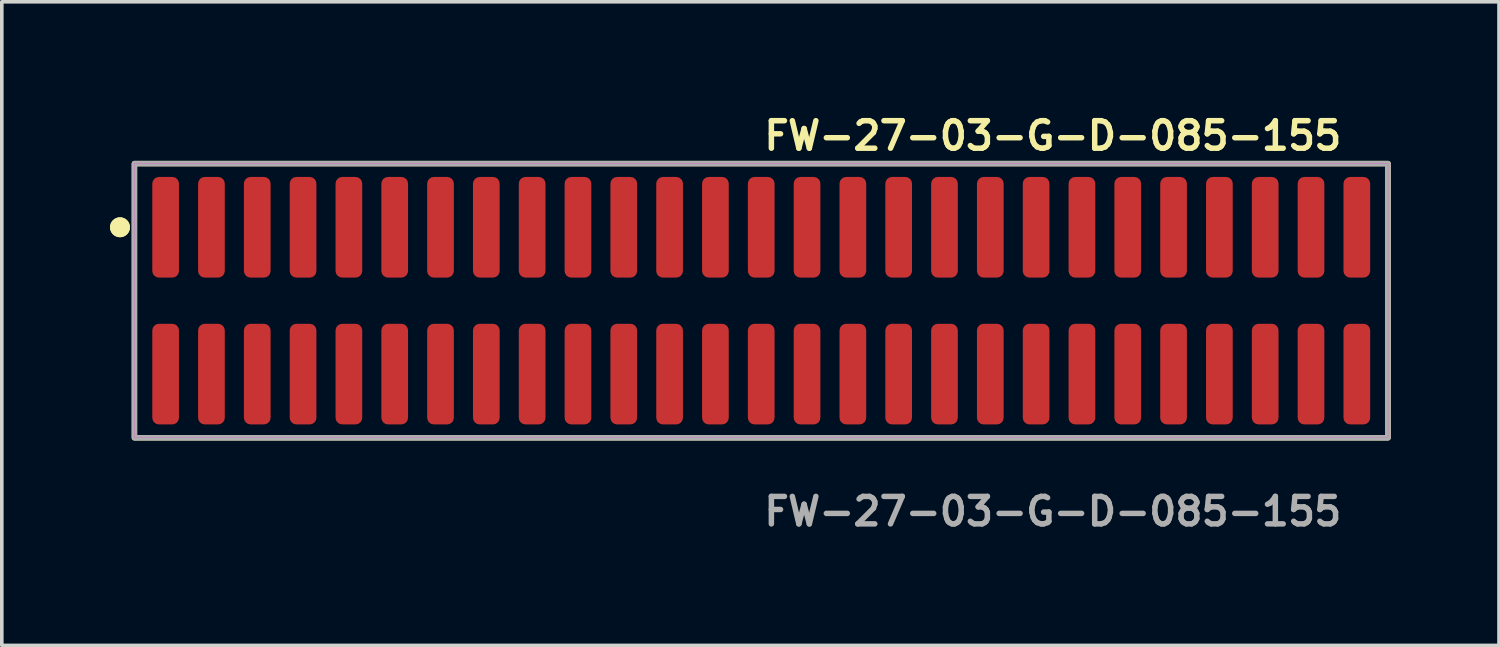
<source format=kicad_pcb>
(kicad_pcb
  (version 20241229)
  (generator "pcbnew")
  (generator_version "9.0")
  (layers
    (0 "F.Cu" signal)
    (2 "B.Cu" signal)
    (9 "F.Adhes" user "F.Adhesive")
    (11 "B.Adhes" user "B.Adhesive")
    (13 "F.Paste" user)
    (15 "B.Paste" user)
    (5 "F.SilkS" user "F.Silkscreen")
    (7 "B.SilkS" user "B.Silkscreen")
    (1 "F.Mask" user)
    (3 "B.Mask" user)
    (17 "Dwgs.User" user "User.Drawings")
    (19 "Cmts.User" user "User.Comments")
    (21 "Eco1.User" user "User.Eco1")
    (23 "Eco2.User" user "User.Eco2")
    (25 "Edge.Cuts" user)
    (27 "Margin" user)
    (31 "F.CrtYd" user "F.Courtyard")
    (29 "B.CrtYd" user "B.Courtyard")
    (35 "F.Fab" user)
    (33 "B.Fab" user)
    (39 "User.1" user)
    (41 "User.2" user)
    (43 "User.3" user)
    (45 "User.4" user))
  (footprint "FW-27-03-G-D-085-155"
    (layer "F.Cu")
    (at 18.051 5.285)
    (property "Reference" "FW-27-03-G-D-085-155" (at 0 -4.572 0) (unlocked yes) (layer "F.SilkS") (effects (font (size 0.762 0.762) (thickness 0.152)) (justify left)))
    (fp_rect (start -17.375 3.8) (end 17.375 -3.8) (stroke (width 0.152) (type solid)) (fill no) (layer "F.SilkS"))
    (fp_circle (center -17.775 -2.035) (end -17.975 -2.035) (stroke (width 0.152) (type solid)) (fill yes) (layer "F.SilkS"))
    (fp_circle (center -17.775 -2.035) (end -17.975 -2.035) (stroke (width 0.152) (type solid)) (fill yes) (layer "F.SilkS"))
    (fp_rect (start -17.375 3.8) (end 17.375 -3.8) (stroke (width 0.006) (type solid)) (fill no) (layer "F.CrtYd"))
    (fp_rect (start -17.375 3.8) (end 17.375 -3.8) (stroke (width 0.152) (type solid)) (fill no) (layer "F.Fab"))
    (fp_text user "${REFERENCE}" (at 0 5.842 0) (unlocked yes) (layer "F.Fab") (effects (font (size 0.762 0.762) (thickness 0.152)) (justify left)))
    (pad "1" smd roundrect (at -16.51 -2.035) (size 0.74 2.79) (layers "F.Cu" "F.Paste") (roundrect_rratio 0.25))
    (pad "2" smd roundrect (at -16.51 2.035) (size 0.74 2.79) (layers "F.Cu" "F.Paste") (roundrect_rratio 0.25))
    (pad "3" smd roundrect (at -15.24 -2.035) (size 0.74 2.79) (layers "F.Cu" "F.Paste") (roundrect_rratio 0.25))
    (pad "4" smd roundrect (at -15.24 2.035) (size 0.74 2.79) (layers "F.Cu" "F.Paste") (roundrect_rratio 0.25))
    (pad "5" smd roundrect (at -13.97 -2.035) (size 0.74 2.79) (layers "F.Cu" "F.Paste") (roundrect_rratio 0.25))
    (pad "6" smd roundrect (at -13.97 2.035) (size 0.74 2.79) (layers "F.Cu" "F.Paste") (roundrect_rratio 0.25))
    (pad "7" smd roundrect (at -12.7 -2.035) (size 0.74 2.79) (layers "F.Cu" "F.Paste") (roundrect_rratio 0.25))
    (pad "8" smd roundrect (at -12.7 2.035) (size 0.74 2.79) (layers "F.Cu" "F.Paste") (roundrect_rratio 0.25))
    (pad "9" smd roundrect (at -11.43 -2.035) (size 0.74 2.79) (layers "F.Cu" "F.Paste") (roundrect_rratio 0.25))
    (pad "10" smd roundrect (at -11.43 2.035) (size 0.74 2.79) (layers "F.Cu" "F.Paste") (roundrect_rratio 0.25))
    (pad "11" smd roundrect (at -10.16 -2.035) (size 0.74 2.79) (layers "F.Cu" "F.Paste") (roundrect_rratio 0.25))
    (pad "12" smd roundrect (at -10.16 2.035) (size 0.74 2.79) (layers "F.Cu" "F.Paste") (roundrect_rratio 0.25))
    (pad "13" smd roundrect (at -8.89 -2.035) (size 0.74 2.79) (layers "F.Cu" "F.Paste") (roundrect_rratio 0.25))
    (pad "14" smd roundrect (at -8.89 2.035) (size 0.74 2.79) (layers "F.Cu" "F.Paste") (roundrect_rratio 0.25))
    (pad "15" smd roundrect (at -7.62 -2.035) (size 0.74 2.79) (layers "F.Cu" "F.Paste") (roundrect_rratio 0.25))
    (pad "16" smd roundrect (at -7.62 2.035) (size 0.74 2.79) (layers "F.Cu" "F.Paste") (roundrect_rratio 0.25))
    (pad "17" smd roundrect (at -6.35 -2.035) (size 0.74 2.79) (layers "F.Cu" "F.Paste") (roundrect_rratio 0.25))
    (pad "18" smd roundrect (at -6.35 2.035) (size 0.74 2.79) (layers "F.Cu" "F.Paste") (roundrect_rratio 0.25))
    (pad "19" smd roundrect (at -5.08 -2.035) (size 0.74 2.79) (layers "F.Cu" "F.Paste") (roundrect_rratio 0.25))
    (pad "20" smd roundrect (at -5.08 2.035) (size 0.74 2.79) (layers "F.Cu" "F.Paste") (roundrect_rratio 0.25))
    (pad "21" smd roundrect (at -3.81 -2.035) (size 0.74 2.79) (layers "F.Cu" "F.Paste") (roundrect_rratio 0.25))
    (pad "22" smd roundrect (at -3.81 2.035) (size 0.74 2.79) (layers "F.Cu" "F.Paste") (roundrect_rratio 0.25))
    (pad "23" smd roundrect (at -2.54 -2.035) (size 0.74 2.79) (layers "F.Cu" "F.Paste") (roundrect_rratio 0.25))
    (pad "24" smd roundrect (at -2.54 2.035) (size 0.74 2.79) (layers "F.Cu" "F.Paste") (roundrect_rratio 0.25))
    (pad "25" smd roundrect (at -1.27 -2.035) (size 0.74 2.79) (layers "F.Cu" "F.Paste") (roundrect_rratio 0.25))
    (pad "26" smd roundrect (at -1.27 2.035) (size 0.74 2.79) (layers "F.Cu" "F.Paste") (roundrect_rratio 0.25))
    (pad "27" smd roundrect (at 0 -2.035) (size 0.74 2.79) (layers "F.Cu" "F.Paste") (roundrect_rratio 0.25))
    (pad "28" smd roundrect (at 0 2.035) (size 0.74 2.79) (layers "F.Cu" "F.Paste") (roundrect_rratio 0.25))
    (pad "29" smd roundrect (at 1.27 -2.035) (size 0.74 2.79) (layers "F.Cu" "F.Paste") (roundrect_rratio 0.25))
    (pad "30" smd roundrect (at 1.27 2.035) (size 0.74 2.79) (layers "F.Cu" "F.Paste") (roundrect_rratio 0.25))
    (pad "31" smd roundrect (at 2.54 -2.035) (size 0.74 2.79) (layers "F.Cu" "F.Paste") (roundrect_rratio 0.25))
    (pad "32" smd roundrect (at 2.54 2.035) (size 0.74 2.79) (layers "F.Cu" "F.Paste") (roundrect_rratio 0.25))
    (pad "33" smd roundrect (at 3.81 -2.035) (size 0.74 2.79) (layers "F.Cu" "F.Paste") (roundrect_rratio 0.25))
    (pad "34" smd roundrect (at 3.81 2.035) (size 0.74 2.79) (layers "F.Cu" "F.Paste") (roundrect_rratio 0.25))
    (pad "35" smd roundrect (at 5.08 -2.035) (size 0.74 2.79) (layers "F.Cu" "F.Paste") (roundrect_rratio 0.25))
    (pad "36" smd roundrect (at 5.08 2.035) (size 0.74 2.79) (layers "F.Cu" "F.Paste") (roundrect_rratio 0.25))
    (pad "37" smd roundrect (at 6.35 -2.035) (size 0.74 2.79) (layers "F.Cu" "F.Paste") (roundrect_rratio 0.25))
    (pad "38" smd roundrect (at 6.35 2.035) (size 0.74 2.79) (layers "F.Cu" "F.Paste") (roundrect_rratio 0.25))
    (pad "39" smd roundrect (at 7.62 -2.035) (size 0.74 2.79) (layers "F.Cu" "F.Paste") (roundrect_rratio 0.25))
    (pad "40" smd roundrect (at 7.62 2.035) (size 0.74 2.79) (layers "F.Cu" "F.Paste") (roundrect_rratio 0.25))
    (pad "41" smd roundrect (at 8.89 -2.035) (size 0.74 2.79) (layers "F.Cu" "F.Paste") (roundrect_rratio 0.25))
    (pad "42" smd roundrect (at 8.89 2.035) (size 0.74 2.79) (layers "F.Cu" "F.Paste") (roundrect_rratio 0.25))
    (pad "43" smd roundrect (at 10.16 -2.035) (size 0.74 2.79) (layers "F.Cu" "F.Paste") (roundrect_rratio 0.25))
    (pad "44" smd roundrect (at 10.16 2.035) (size 0.74 2.79) (layers "F.Cu" "F.Paste") (roundrect_rratio 0.25))
    (pad "45" smd roundrect (at 11.43 -2.035) (size 0.74 2.79) (layers "F.Cu" "F.Paste") (roundrect_rratio 0.25))
    (pad "46" smd roundrect (at 11.43 2.035) (size 0.74 2.79) (layers "F.Cu" "F.Paste") (roundrect_rratio 0.25))
    (pad "47" smd roundrect (at 12.7 -2.035) (size 0.74 2.79) (layers "F.Cu" "F.Paste") (roundrect_rratio 0.25))
    (pad "48" smd roundrect (at 12.7 2.035) (size 0.74 2.79) (layers "F.Cu" "F.Paste") (roundrect_rratio 0.25))
    (pad "49" smd roundrect (at 13.97 -2.035) (size 0.74 2.79) (layers "F.Cu" "F.Paste") (roundrect_rratio 0.25))
    (pad "50" smd roundrect (at 13.97 2.035) (size 0.74 2.79) (layers "F.Cu" "F.Paste") (roundrect_rratio 0.25))
    (pad "51" smd roundrect (at 15.24 -2.035) (size 0.74 2.79) (layers "F.Cu" "F.Paste") (roundrect_rratio 0.25))
    (pad "52" smd roundrect (at 15.24 2.035) (size 0.74 2.79) (layers "F.Cu" "F.Paste") (roundrect_rratio 0.25))
    (pad "53" smd roundrect (at 16.51 -2.035) (size 0.74 2.79) (layers "F.Cu" "F.Paste") (roundrect_rratio 0.25))
    (pad "54" smd roundrect (at 16.51 2.035) (size 0.74 2.79) (layers "F.Cu" "F.Paste") (roundrect_rratio 0.25)))
  (gr_rect
    (start -3 -3)
    (end 38.502 14.84)
    (stroke (width 0.1) (type default))
    (fill no)
    (layer "Edge.Cuts")))
</source>
